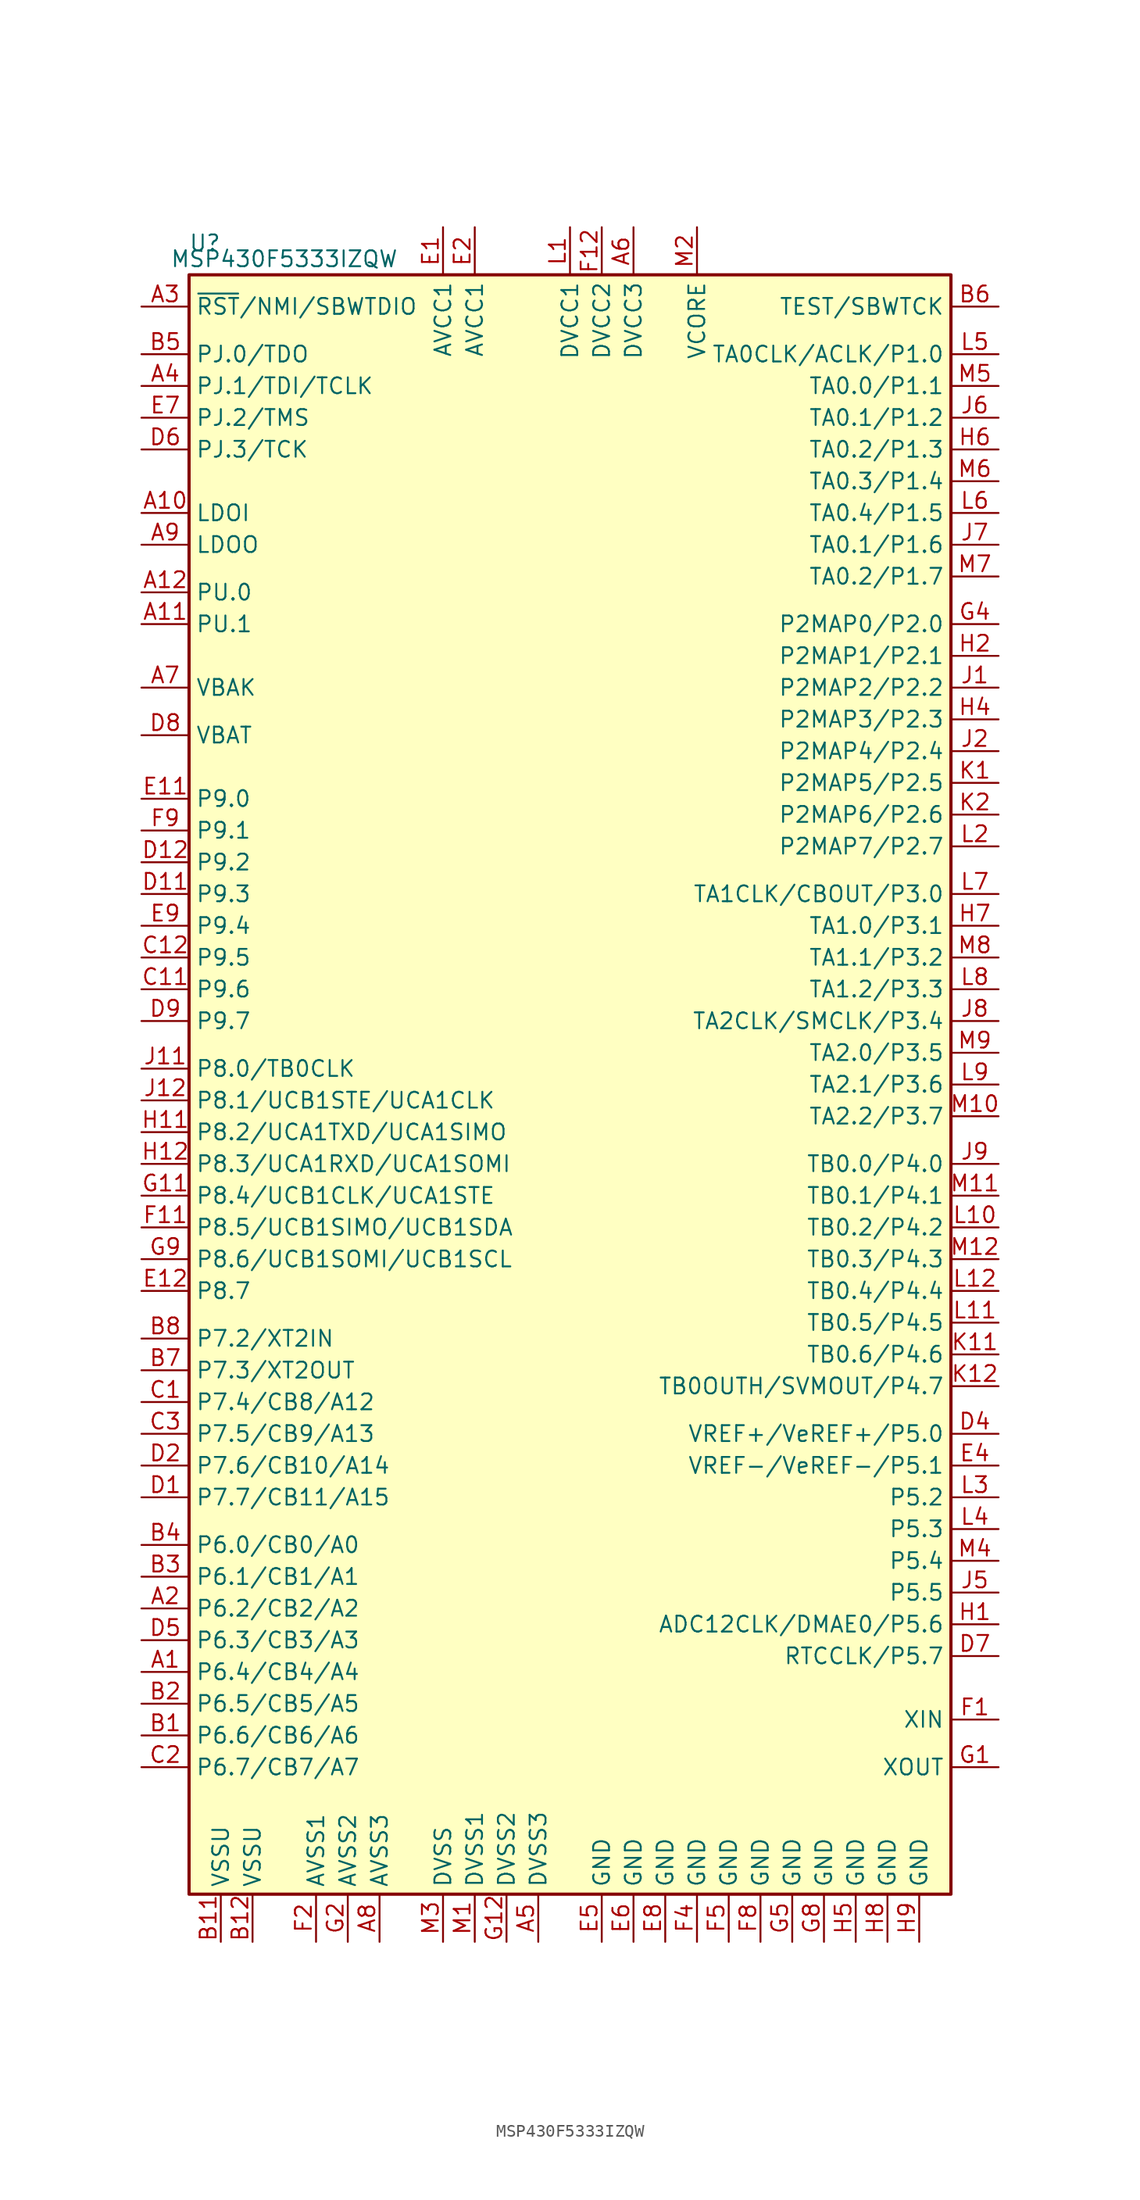
<source format=kicad_sym>
(kicad_symbol_lib
  (version 20241209)
  (generator "kicad_symbol_editor")
  (generator_version "9.0")
  (symbol "MSP430F5333IZQW"
    (property "Reference" "U"
      (at -29.21 67.31 0)
      (effects (font (size 1.27 1.27))))
    (property "Value" "MSP430F5333IZQW"
      (at -22.86 66.04 0)
      (effects (font (size 1.27 1.27))))
    (symbol "MSP430F5333IZQW_0_1"
      (rectangle (start -30.48 64.77) (end 30.48 -64.77) (stroke (width 0.254) (type default)) (fill (type background))))
    (symbol "MSP430F5333IZQW_1_1"
      (pin input line (at -34.29 62.23 0) (length 3.81) (name "~{RST}/NMI/SBWTDIO" (effects (font (size 1.27 1.27)))) (number "A3" (effects (font (size 1.27 1.27)))))
      (pin bidirectional line (at -34.29 58.42 0) (length 3.81) (name "PJ.0/TDO" (effects (font (size 1.27 1.27)))) (number "B5" (effects (font (size 1.27 1.27)))))
      (pin bidirectional line (at -34.29 55.88 0) (length 3.81) (name "PJ.1/TDI/TCLK" (effects (font (size 1.27 1.27)))) (number "A4" (effects (font (size 1.27 1.27)))))
      (pin bidirectional line (at -34.29 53.34 0) (length 3.81) (name "PJ.2/TMS" (effects (font (size 1.27 1.27)))) (number "E7" (effects (font (size 1.27 1.27)))))
      (pin bidirectional line (at -34.29 50.8 0) (length 3.81) (name "PJ.3/TCK" (effects (font (size 1.27 1.27)))) (number "D6" (effects (font (size 1.27 1.27)))))
      (pin bidirectional line (at -34.29 45.72 0) (length 3.81) (name "LDOI" (effects (font (size 1.27 1.27)))) (number "A10" (effects (font (size 1.27 1.27)))))
      (pin bidirectional line (at -34.29 43.18 0) (length 3.81) (name "LDOO" (effects (font (size 1.27 1.27)))) (number "A9" (effects (font (size 1.27 1.27)))))
      (pin bidirectional line (at -34.29 39.37 0) (length 3.81) (name "PU.0" (effects (font (size 1.27 1.27)))) (number "A12" (effects (font (size 1.27 1.27)))))
      (pin bidirectional line (at -34.29 36.83 0) (length 3.81) (name "PU.1" (effects (font (size 1.27 1.27)))) (number "A11" (effects (font (size 1.27 1.27)))))
      (pin bidirectional line (at -34.29 31.75 0) (length 3.81) (name "VBAK" (effects (font (size 1.27 1.27)))) (number "A7" (effects (font (size 1.27 1.27)))))
      (pin bidirectional line (at -34.29 27.94 0) (length 3.81) (name "VBAT" (effects (font (size 1.27 1.27)))) (number "D8" (effects (font (size 1.27 1.27)))))
      (pin bidirectional line (at -34.29 22.86 0) (length 3.81) (name "P9.0" (effects (font (size 1.27 1.27)))) (number "E11" (effects (font (size 1.27 1.27)))))
      (pin bidirectional line (at -34.29 20.32 0) (length 3.81) (name "P9.1" (effects (font (size 1.27 1.27)))) (number "F9" (effects (font (size 1.27 1.27)))))
      (pin bidirectional line (at -34.29 17.78 0) (length 3.81) (name "P9.2" (effects (font (size 1.27 1.27)))) (number "D12" (effects (font (size 1.27 1.27)))))
      (pin bidirectional line (at -34.29 15.24 0) (length 3.81) (name "P9.3" (effects (font (size 1.27 1.27)))) (number "D11" (effects (font (size 1.27 1.27)))))
      (pin bidirectional line (at -34.29 12.7 0) (length 3.81) (name "P9.4" (effects (font (size 1.27 1.27)))) (number "E9" (effects (font (size 1.27 1.27)))))
      (pin bidirectional line (at -34.29 10.16 0) (length 3.81) (name "P9.5" (effects (font (size 1.27 1.27)))) (number "C12" (effects (font (size 1.27 1.27)))))
      (pin bidirectional line (at -34.29 7.62 0) (length 3.81) (name "P9.6" (effects (font (size 1.27 1.27)))) (number "C11" (effects (font (size 1.27 1.27)))))
      (pin bidirectional line (at -34.29 5.08 0) (length 3.81) (name "P9.7" (effects (font (size 1.27 1.27)))) (number "D9" (effects (font (size 1.27 1.27)))))
      (pin bidirectional line (at -34.29 1.27 0) (length 3.81) (name "P8.0/TB0CLK" (effects (font (size 1.27 1.27)))) (number "J11" (effects (font (size 1.27 1.27)))))
      (pin bidirectional line (at -34.29 -1.27 0) (length 3.81) (name "P8.1/UCB1STE/UCA1CLK" (effects (font (size 1.27 1.27)))) (number "J12" (effects (font (size 1.27 1.27)))))
      (pin bidirectional line (at -34.29 -3.81 0) (length 3.81) (name "P8.2/UCA1TXD/UCA1SIMO" (effects (font (size 1.27 1.27)))) (number "H11" (effects (font (size 1.27 1.27)))))
      (pin bidirectional line (at -34.29 -6.35 0) (length 3.81) (name "P8.3/UCA1RXD/UCA1SOMI" (effects (font (size 1.27 1.27)))) (number "H12" (effects (font (size 1.27 1.27)))))
      (pin bidirectional line (at -34.29 -8.89 0) (length 3.81) (name "P8.4/UCB1CLK/UCA1STE" (effects (font (size 1.27 1.27)))) (number "G11" (effects (font (size 1.27 1.27)))))
      (pin bidirectional line (at -34.29 -11.43 0) (length 3.81) (name "P8.5/UCB1SIMO/UCB1SDA" (effects (font (size 1.27 1.27)))) (number "F11" (effects (font (size 1.27 1.27)))))
      (pin bidirectional line (at -34.29 -13.97 0) (length 3.81) (name "P8.6/UCB1SOMI/UCB1SCL" (effects (font (size 1.27 1.27)))) (number "G9" (effects (font (size 1.27 1.27)))))
      (pin bidirectional line (at -34.29 -16.51 0) (length 3.81) (name "P8.7" (effects (font (size 1.27 1.27)))) (number "E12" (effects (font (size 1.27 1.27)))))
      (pin bidirectional line (at -34.29 -20.32 0) (length 3.81) (name "P7.2/XT2IN" (effects (font (size 1.27 1.27)))) (number "B8" (effects (font (size 1.27 1.27)))))
      (pin bidirectional line (at -34.29 -22.86 0) (length 3.81) (name "P7.3/XT2OUT" (effects (font (size 1.27 1.27)))) (number "B7" (effects (font (size 1.27 1.27)))))
      (pin bidirectional line (at -34.29 -25.4 0) (length 3.81) (name "P7.4/CB8/A12" (effects (font (size 1.27 1.27)))) (number "C1" (effects (font (size 1.27 1.27)))))
      (pin bidirectional line (at -34.29 -27.94 0) (length 3.81) (name "P7.5/CB9/A13" (effects (font (size 1.27 1.27)))) (number "C3" (effects (font (size 1.27 1.27)))))
      (pin bidirectional line (at -34.29 -30.48 0) (length 3.81) (name "P7.6/CB10/A14" (effects (font (size 1.27 1.27)))) (number "D2" (effects (font (size 1.27 1.27)))))
      (pin bidirectional line (at -34.29 -33.02 0) (length 3.81) (name "P7.7/CB11/A15" (effects (font (size 1.27 1.27)))) (number "D1" (effects (font (size 1.27 1.27)))))
      (pin bidirectional line (at -34.29 -36.83 0) (length 3.81) (name "P6.0/CB0/A0" (effects (font (size 1.27 1.27)))) (number "B4" (effects (font (size 1.27 1.27)))))
      (pin bidirectional line (at -34.29 -39.37 0) (length 3.81) (name "P6.1/CB1/A1" (effects (font (size 1.27 1.27)))) (number "B3" (effects (font (size 1.27 1.27)))))
      (pin bidirectional line (at -34.29 -41.91 0) (length 3.81) (name "P6.2/CB2/A2" (effects (font (size 1.27 1.27)))) (number "A2" (effects (font (size 1.27 1.27)))))
      (pin bidirectional line (at -34.29 -44.45 0) (length 3.81) (name "P6.3/CB3/A3" (effects (font (size 1.27 1.27)))) (number "D5" (effects (font (size 1.27 1.27)))))
      (pin bidirectional line (at -34.29 -46.99 0) (length 3.81) (name "P6.4/CB4/A4" (effects (font (size 1.27 1.27)))) (number "A1" (effects (font (size 1.27 1.27)))))
      (pin bidirectional line (at -34.29 -49.53 0) (length 3.81) (name "P6.5/CB5/A5" (effects (font (size 1.27 1.27)))) (number "B2" (effects (font (size 1.27 1.27)))))
      (pin bidirectional line (at -34.29 -52.07 0) (length 3.81) (name "P6.6/CB6/A6" (effects (font (size 1.27 1.27)))) (number "B1" (effects (font (size 1.27 1.27)))))
      (pin bidirectional line (at -34.29 -54.61 0) (length 3.81) (name "P6.7/CB7/A7" (effects (font (size 1.27 1.27)))) (number "C2" (effects (font (size 1.27 1.27)))))
      (pin power_in line (at -27.94 -68.58 90) (length 3.81) (name "VSSU" (effects (font (size 1.27 1.27)))) (number "B11" (effects (font (size 1.27 1.27)))))
      (pin power_in line (at -25.4 -68.58 90) (length 3.81) (name "VSSU" (effects (font (size 1.27 1.27)))) (number "B12" (effects (font (size 1.27 1.27)))))
      (pin power_in line (at -20.32 -68.58 90) (length 3.81) (name "AVSS1" (effects (font (size 1.27 1.27)))) (number "F2" (effects (font (size 1.27 1.27)))))
      (pin power_in line (at -17.78 -68.58 90) (length 3.81) (name "AVSS2" (effects (font (size 1.27 1.27)))) (number "G2" (effects (font (size 1.27 1.27)))))
      (pin power_in line (at -15.24 -68.58 90) (length 3.81) (name "AVSS3" (effects (font (size 1.27 1.27)))) (number "A8" (effects (font (size 1.27 1.27)))))
      (pin power_in line (at -10.16 68.58 270) (length 3.81) (name "AVCC1" (effects (font (size 1.27 1.27)))) (number "E1" (effects (font (size 1.27 1.27)))))
      (pin power_in line (at -10.16 -68.58 90) (length 3.81) (name "DVSS" (effects (font (size 1.27 1.27)))) (number "M3" (effects (font (size 1.27 1.27)))))
      (pin power_in line (at -7.62 68.58 270) (length 3.81) (name "AVCC1" (effects (font (size 1.27 1.27)))) (number "E2" (effects (font (size 1.27 1.27)))))
      (pin power_in line (at -7.62 -68.58 90) (length 3.81) (name "DVSS1" (effects (font (size 1.27 1.27)))) (number "M1" (effects (font (size 1.27 1.27)))))
      (pin power_in line (at -5.08 -68.58 90) (length 3.81) (name "DVSS2" (effects (font (size 1.27 1.27)))) (number "G12" (effects (font (size 1.27 1.27)))))
      (pin power_in line (at -2.54 -68.58 90) (length 3.81) (name "DVSS3" (effects (font (size 1.27 1.27)))) (number "A5" (effects (font (size 1.27 1.27)))))
      (pin power_in line (at 0 68.58 270) (length 3.81) (name "DVCC1" (effects (font (size 1.27 1.27)))) (number "L1" (effects (font (size 1.27 1.27)))))
      (pin power_in line (at 2.54 68.58 270) (length 3.81) (name "DVCC2" (effects (font (size 1.27 1.27)))) (number "F12" (effects (font (size 1.27 1.27)))))
      (pin power_in line (at 2.54 -68.58 90) (length 3.81) (name "GND" (effects (font (size 1.27 1.27)))) (number "E5" (effects (font (size 1.27 1.27)))))
      (pin power_in line (at 5.08 68.58 270) (length 3.81) (name "DVCC3" (effects (font (size 1.27 1.27)))) (number "A6" (effects (font (size 1.27 1.27)))))
      (pin power_in line (at 5.08 -68.58 90) (length 3.81) (name "GND" (effects (font (size 1.27 1.27)))) (number "E6" (effects (font (size 1.27 1.27)))))
      (pin power_in line (at 7.62 -68.58 90) (length 3.81) (name "GND" (effects (font (size 1.27 1.27)))) (number "E8" (effects (font (size 1.27 1.27)))))
      (pin bidirectional line (at 10.16 68.58 270) (length 3.81) (name "VCORE" (effects (font (size 1.27 1.27)))) (number "M2" (effects (font (size 1.27 1.27)))))
      (pin power_in line (at 10.16 -68.58 90) (length 3.81) (name "GND" (effects (font (size 1.27 1.27)))) (number "F4" (effects (font (size 1.27 1.27)))))
      (pin power_in line (at 12.7 -68.58 90) (length 3.81) (name "GND" (effects (font (size 1.27 1.27)))) (number "F5" (effects (font (size 1.27 1.27)))))
      (pin power_in line (at 15.24 -68.58 90) (length 3.81) (name "GND" (effects (font (size 1.27 1.27)))) (number "F8" (effects (font (size 1.27 1.27)))))
      (pin power_in line (at 17.78 -68.58 90) (length 3.81) (name "GND" (effects (font (size 1.27 1.27)))) (number "G5" (effects (font (size 1.27 1.27)))))
      (pin power_in line (at 20.32 -68.58 90) (length 3.81) (name "GND" (effects (font (size 1.27 1.27)))) (number "G8" (effects (font (size 1.27 1.27)))))
      (pin power_in line (at 22.86 -68.58 90) (length 3.81) (name "GND" (effects (font (size 1.27 1.27)))) (number "H5" (effects (font (size 1.27 1.27)))))
      (pin power_in line (at 25.4 -68.58 90) (length 3.81) (name "GND" (effects (font (size 1.27 1.27)))) (number "H8" (effects (font (size 1.27 1.27)))))
      (pin power_in line (at 27.94 -68.58 90) (length 3.81) (name "GND" (effects (font (size 1.27 1.27)))) (number "H9" (effects (font (size 1.27 1.27)))))
      (pin input line (at 34.29 62.23 180) (length 3.81) (name "TEST/SBWTCK" (effects (font (size 1.27 1.27)))) (number "B6" (effects (font (size 1.27 1.27)))))
      (pin bidirectional line (at 34.29 58.42 180) (length 3.81) (name "TA0CLK/ACLK/P1.0" (effects (font (size 1.27 1.27)))) (number "L5" (effects (font (size 1.27 1.27)))))
      (pin bidirectional line (at 34.29 55.88 180) (length 3.81) (name "TA0.0/P1.1" (effects (font (size 1.27 1.27)))) (number "M5" (effects (font (size 1.27 1.27)))))
      (pin bidirectional line (at 34.29 53.34 180) (length 3.81) (name "TA0.1/P1.2" (effects (font (size 1.27 1.27)))) (number "J6" (effects (font (size 1.27 1.27)))))
      (pin bidirectional line (at 34.29 50.8 180) (length 3.81) (name "TA0.2/P1.3" (effects (font (size 1.27 1.27)))) (number "H6" (effects (font (size 1.27 1.27)))))
      (pin bidirectional line (at 34.29 48.26 180) (length 3.81) (name "TA0.3/P1.4" (effects (font (size 1.27 1.27)))) (number "M6" (effects (font (size 1.27 1.27)))))
      (pin bidirectional line (at 34.29 45.72 180) (length 3.81) (name "TA0.4/P1.5" (effects (font (size 1.27 1.27)))) (number "L6" (effects (font (size 1.27 1.27)))))
      (pin bidirectional line (at 34.29 43.18 180) (length 3.81) (name "TA0.1/P1.6" (effects (font (size 1.27 1.27)))) (number "J7" (effects (font (size 1.27 1.27)))))
      (pin bidirectional line (at 34.29 40.64 180) (length 3.81) (name "TA0.2/P1.7" (effects (font (size 1.27 1.27)))) (number "M7" (effects (font (size 1.27 1.27)))))
      (pin bidirectional line (at 34.29 36.83 180) (length 3.81) (name "P2MAP0/P2.0" (effects (font (size 1.27 1.27)))) (number "G4" (effects (font (size 1.27 1.27)))))
      (pin bidirectional line (at 34.29 34.29 180) (length 3.81) (name "P2MAP1/P2.1" (effects (font (size 1.27 1.27)))) (number "H2" (effects (font (size 1.27 1.27)))))
      (pin bidirectional line (at 34.29 31.75 180) (length 3.81) (name "P2MAP2/P2.2" (effects (font (size 1.27 1.27)))) (number "J1" (effects (font (size 1.27 1.27)))))
      (pin bidirectional line (at 34.29 29.21 180) (length 3.81) (name "P2MAP3/P2.3" (effects (font (size 1.27 1.27)))) (number "H4" (effects (font (size 1.27 1.27)))))
      (pin bidirectional line (at 34.29 26.67 180) (length 3.81) (name "P2MAP4/P2.4" (effects (font (size 1.27 1.27)))) (number "J2" (effects (font (size 1.27 1.27)))))
      (pin bidirectional line (at 34.29 24.13 180) (length 3.81) (name "P2MAP5/P2.5" (effects (font (size 1.27 1.27)))) (number "K1" (effects (font (size 1.27 1.27)))))
      (pin bidirectional line (at 34.29 21.59 180) (length 3.81) (name "P2MAP6/P2.6" (effects (font (size 1.27 1.27)))) (number "K2" (effects (font (size 1.27 1.27)))))
      (pin bidirectional line (at 34.29 19.05 180) (length 3.81) (name "P2MAP7/P2.7" (effects (font (size 1.27 1.27)))) (number "L2" (effects (font (size 1.27 1.27)))))
      (pin bidirectional line (at 34.29 15.24 180) (length 3.81) (name "TA1CLK/CBOUT/P3.0" (effects (font (size 1.27 1.27)))) (number "L7" (effects (font (size 1.27 1.27)))))
      (pin bidirectional line (at 34.29 12.7 180) (length 3.81) (name "TA1.0/P3.1" (effects (font (size 1.27 1.27)))) (number "H7" (effects (font (size 1.27 1.27)))))
      (pin bidirectional line (at 34.29 10.16 180) (length 3.81) (name "TA1.1/P3.2" (effects (font (size 1.27 1.27)))) (number "M8" (effects (font (size 1.27 1.27)))))
      (pin bidirectional line (at 34.29 7.62 180) (length 3.81) (name "TA1.2/P3.3" (effects (font (size 1.27 1.27)))) (number "L8" (effects (font (size 1.27 1.27)))))
      (pin bidirectional line (at 34.29 5.08 180) (length 3.81) (name "TA2CLK/SMCLK/P3.4" (effects (font (size 1.27 1.27)))) (number "J8" (effects (font (size 1.27 1.27)))))
      (pin bidirectional line (at 34.29 2.54 180) (length 3.81) (name "TA2.0/P3.5" (effects (font (size 1.27 1.27)))) (number "M9" (effects (font (size 1.27 1.27)))))
      (pin bidirectional line (at 34.29 0 180) (length 3.81) (name "TA2.1/P3.6" (effects (font (size 1.27 1.27)))) (number "L9" (effects (font (size 1.27 1.27)))))
      (pin bidirectional line (at 34.29 -2.54 180) (length 3.81) (name "TA2.2/P3.7" (effects (font (size 1.27 1.27)))) (number "M10" (effects (font (size 1.27 1.27)))))
      (pin bidirectional line (at 34.29 -6.35 180) (length 3.81) (name "TB0.0/P4.0" (effects (font (size 1.27 1.27)))) (number "J9" (effects (font (size 1.27 1.27)))))
      (pin bidirectional line (at 34.29 -8.89 180) (length 3.81) (name "TB0.1/P4.1" (effects (font (size 1.27 1.27)))) (number "M11" (effects (font (size 1.27 1.27)))))
      (pin bidirectional line (at 34.29 -11.43 180) (length 3.81) (name "TB0.2/P4.2" (effects (font (size 1.27 1.27)))) (number "L10" (effects (font (size 1.27 1.27)))))
      (pin bidirectional line (at 34.29 -13.97 180) (length 3.81) (name "TB0.3/P4.3" (effects (font (size 1.27 1.27)))) (number "M12" (effects (font (size 1.27 1.27)))))
      (pin bidirectional line (at 34.29 -16.51 180) (length 3.81) (name "TB0.4/P4.4" (effects (font (size 1.27 1.27)))) (number "L12" (effects (font (size 1.27 1.27)))))
      (pin bidirectional line (at 34.29 -19.05 180) (length 3.81) (name "TB0.5/P4.5" (effects (font (size 1.27 1.27)))) (number "L11" (effects (font (size 1.27 1.27)))))
      (pin bidirectional line (at 34.29 -21.59 180) (length 3.81) (name "TB0.6/P4.6" (effects (font (size 1.27 1.27)))) (number "K11" (effects (font (size 1.27 1.27)))))
      (pin bidirectional line (at 34.29 -24.13 180) (length 3.81) (name "TB0OUTH/SVMOUT/P4.7" (effects (font (size 1.27 1.27)))) (number "K12" (effects (font (size 1.27 1.27)))))
      (pin bidirectional line (at 34.29 -27.94 180) (length 3.81) (name "VREF+/VeREF+/P5.0" (effects (font (size 1.27 1.27)))) (number "D4" (effects (font (size 1.27 1.27)))))
      (pin bidirectional line (at 34.29 -30.48 180) (length 3.81) (name "VREF-/VeREF-/P5.1" (effects (font (size 1.27 1.27)))) (number "E4" (effects (font (size 1.27 1.27)))))
      (pin bidirectional line (at 34.29 -33.02 180) (length 3.81) (name "P5.2" (effects (font (size 1.27 1.27)))) (number "L3" (effects (font (size 1.27 1.27)))))
      (pin bidirectional line (at 34.29 -35.56 180) (length 3.81) (name "P5.3" (effects (font (size 1.27 1.27)))) (number "L4" (effects (font (size 1.27 1.27)))))
      (pin bidirectional line (at 34.29 -38.1 180) (length 3.81) (name "P5.4" (effects (font (size 1.27 1.27)))) (number "M4" (effects (font (size 1.27 1.27)))))
      (pin bidirectional line (at 34.29 -40.64 180) (length 3.81) (name "P5.5" (effects (font (size 1.27 1.27)))) (number "J5" (effects (font (size 1.27 1.27)))))
      (pin bidirectional line (at 34.29 -43.18 180) (length 3.81) (name "ADC12CLK/DMAE0/P5.6" (effects (font (size 1.27 1.27)))) (number "H1" (effects (font (size 1.27 1.27)))))
      (pin bidirectional line (at 34.29 -45.72 180) (length 3.81) (name "RTCCLK/P5.7" (effects (font (size 1.27 1.27)))) (number "D7" (effects (font (size 1.27 1.27)))))
      (pin bidirectional line (at 34.29 -50.8 180) (length 3.81) (name "XIN" (effects (font (size 1.27 1.27)))) (number "F1" (effects (font (size 1.27 1.27)))))
      (pin bidirectional line (at 34.29 -54.61 180) (length 3.81) (name "XOUT" (effects (font (size 1.27 1.27)))) (number "G1" (effects (font (size 1.27 1.27))))))))
</source>
